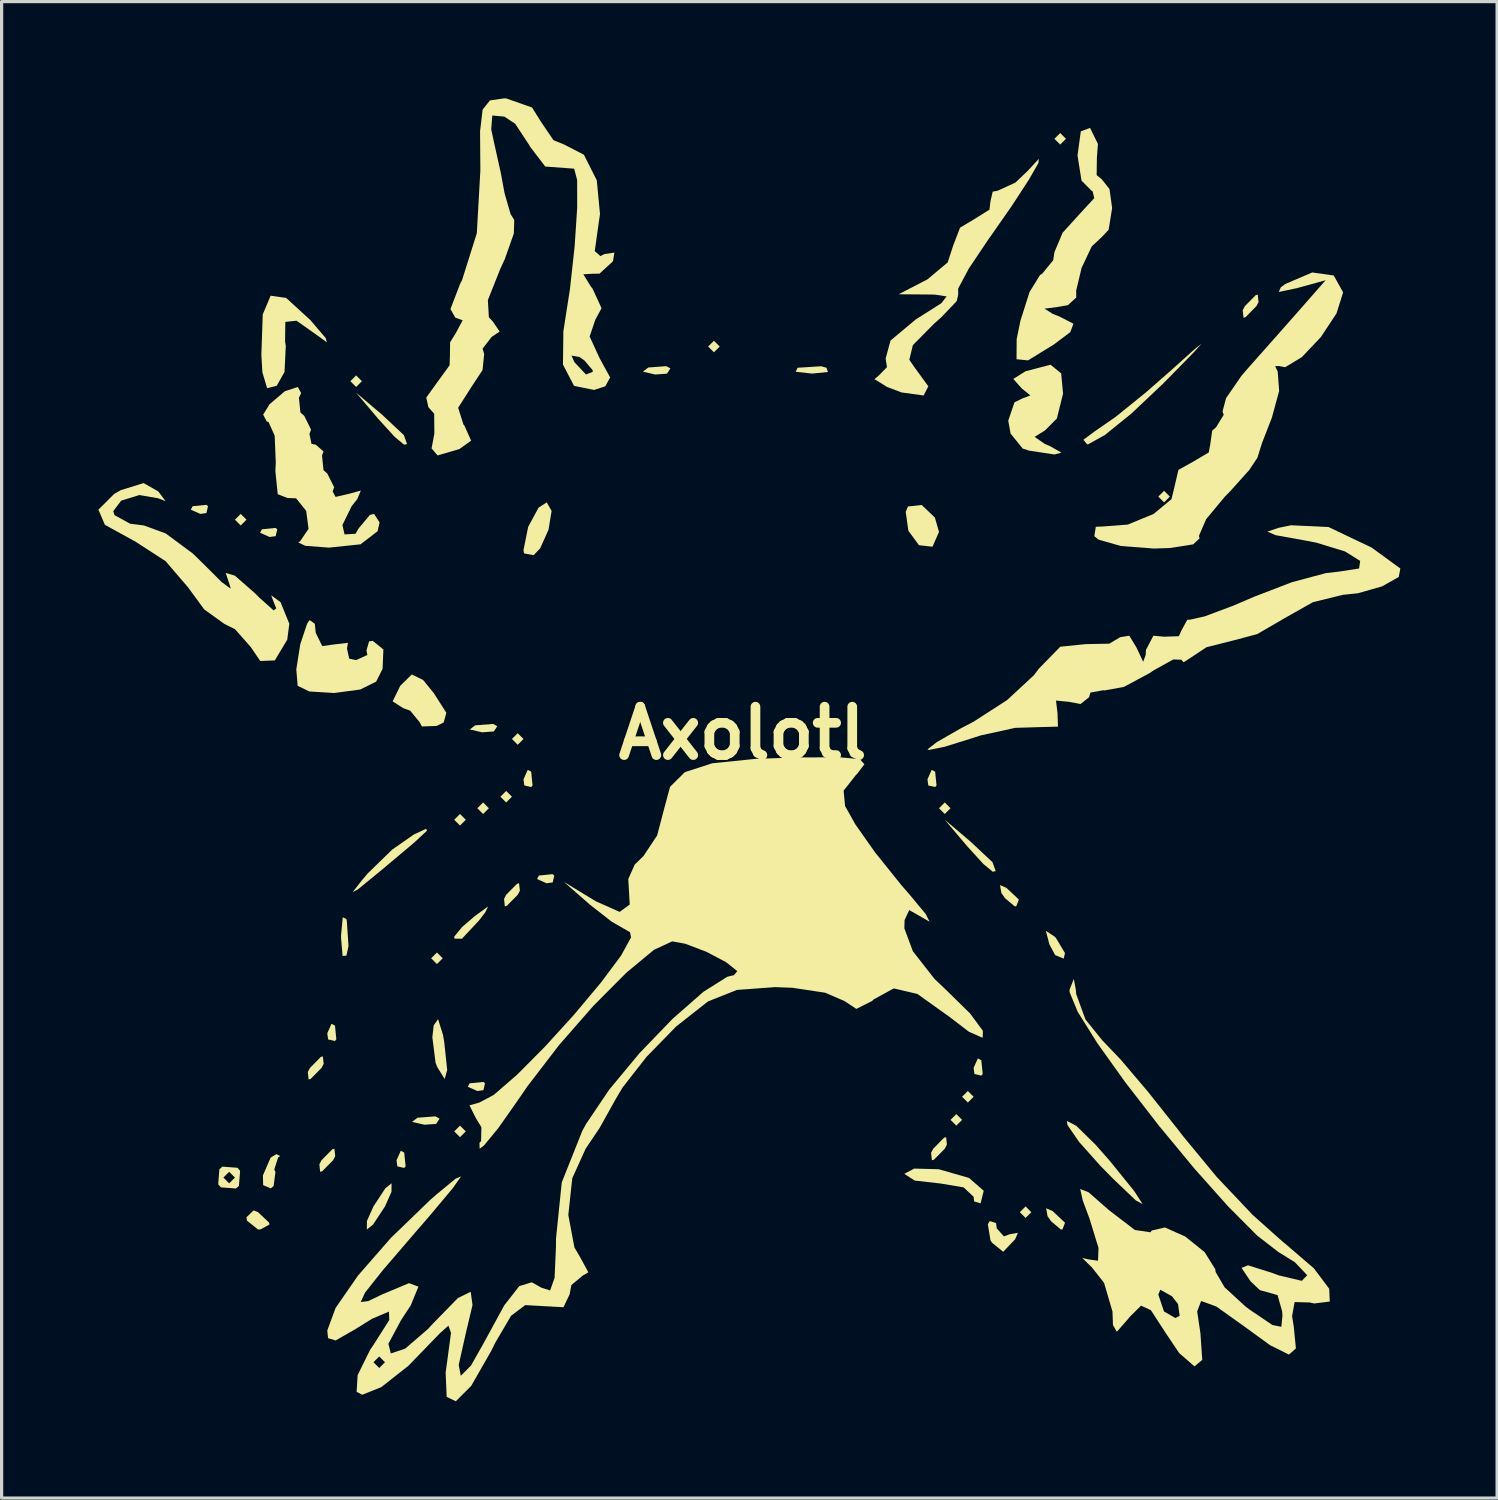
<source format=kicad_pcb>
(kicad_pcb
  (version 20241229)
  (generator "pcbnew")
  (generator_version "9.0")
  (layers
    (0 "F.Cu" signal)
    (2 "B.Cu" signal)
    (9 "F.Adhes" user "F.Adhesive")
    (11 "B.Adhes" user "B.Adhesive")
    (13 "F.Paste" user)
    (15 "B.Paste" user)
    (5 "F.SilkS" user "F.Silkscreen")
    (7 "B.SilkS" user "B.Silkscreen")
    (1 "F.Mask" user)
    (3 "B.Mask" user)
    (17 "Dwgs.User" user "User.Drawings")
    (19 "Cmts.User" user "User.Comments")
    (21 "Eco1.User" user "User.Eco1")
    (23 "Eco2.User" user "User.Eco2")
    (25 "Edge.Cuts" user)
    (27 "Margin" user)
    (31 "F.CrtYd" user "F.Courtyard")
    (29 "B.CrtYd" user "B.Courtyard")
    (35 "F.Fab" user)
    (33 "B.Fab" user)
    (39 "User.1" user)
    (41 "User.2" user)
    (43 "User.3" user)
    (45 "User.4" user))
  (footprint "Axolotl"
    (layer "F.Cu")
    (at 19.973 19.676)
    (property "Reference" "Axolotl" (at 0 0 0) (layer "F.SilkS") (effects (font (size 1.5 1.5) (thickness 0.3))))
    (attr board_only exclude_from_pos_files exclude_from_bom)
    (fp_poly (pts (xy -15.383 -6.618) (xy -15.562 -6.439) (xy -15.741 -6.618) (xy -15.562 -6.797)) (stroke (width 0) (type solid)) (fill yes) (layer "F.SilkS"))
    (fp_poly (pts (xy -11.806 -10.911) (xy -11.985 -10.732) (xy -12.163 -10.911) (xy -11.985 -11.09)) (stroke (width 0) (type solid)) (fill yes) (layer "F.SilkS"))
    (fp_poly (pts (xy -9.301 6.976) (xy -9.48 7.155) (xy -9.659 6.976) (xy -9.48 6.797)) (stroke (width 0) (type solid)) (fill yes) (layer "F.SilkS"))
    (fp_poly (pts (xy -8.586 2.683) (xy -8.765 2.862) (xy -8.944 2.683) (xy -8.765 2.504)) (stroke (width 0) (type solid)) (fill yes) (layer "F.SilkS"))
    (fp_poly (pts (xy -8.586 12.342) (xy -8.765 12.521) (xy -8.944 12.342) (xy -8.765 12.163)) (stroke (width 0) (type solid)) (fill yes) (layer "F.SilkS"))
    (fp_poly (pts (xy -7.87 2.325) (xy -8.049 2.504) (xy -8.228 2.325) (xy -8.049 2.146)) (stroke (width 0) (type solid)) (fill yes) (layer "F.SilkS"))
    (fp_poly (pts (xy -7.155 1.968) (xy -7.334 2.146) (xy -7.513 1.968) (xy -7.334 1.789)) (stroke (width 0) (type solid)) (fill yes) (layer "F.SilkS"))
    (fp_poly (pts (xy -6.797 0.179) (xy -6.976 0.358) (xy -7.155 0.179) (xy -6.976 0)) (stroke (width 0) (type solid)) (fill yes) (layer "F.SilkS"))
    (fp_poly (pts (xy -0.715 -11.985) (xy -0.894 -11.806) (xy -1.073 -11.985) (xy -0.894 -12.163)) (stroke (width 0) (type solid)) (fill yes) (layer "F.SilkS"))
    (fp_poly (pts (xy 6.439 2.325) (xy 6.261 2.504) (xy 6.082 2.325) (xy 6.261 2.146)) (stroke (width 0) (type solid)) (fill yes) (layer "F.SilkS"))
    (fp_poly (pts (xy 6.797 11.985) (xy 6.618 12.163) (xy 6.439 11.985) (xy 6.618 11.806)) (stroke (width 0) (type solid)) (fill yes) (layer "F.SilkS"))
    (fp_poly (pts (xy 7.155 11.269) (xy 6.976 11.448) (xy 6.797 11.269) (xy 6.976 11.09)) (stroke (width 0) (type solid)) (fill yes) (layer "F.SilkS"))
    (fp_poly (pts (xy 8.944 14.846) (xy 8.765 15.025) (xy 8.586 14.846) (xy 8.765 14.668)) (stroke (width 0) (type solid)) (fill yes) (layer "F.SilkS"))
    (fp_poly (pts (xy 10.017 -18.424) (xy 9.838 -18.245) (xy 9.659 -18.424) (xy 9.838 -18.603)) (stroke (width 0) (type solid)) (fill yes) (layer "F.SilkS"))
    (fp_poly (pts (xy 13.237 -7.334) (xy 13.058 -7.155) (xy 12.879 -7.334) (xy 13.058 -7.513)) (stroke (width 0) (type solid)) (fill yes) (layer "F.SilkS"))
    (fp_poly (pts (xy -16.576 -7.036) (xy -16.625 -6.823) (xy -16.814 -6.797) (xy -17.109 -6.928) (xy -17.053 -7.036) (xy -16.628 -7.078)) (stroke (width 0) (type solid)) (fill yes) (layer "F.SilkS"))
    (fp_poly (pts (xy -14.429 -6.32) (xy -14.478 -6.108) (xy -14.668 -6.082) (xy -14.962 -6.213) (xy -14.906 -6.32) (xy -14.482 -6.363)) (stroke (width 0) (type solid)) (fill yes) (layer "F.SilkS"))
    (fp_poly (pts (xy -12.64 9.063) (xy -12.598 9.487) (xy -12.64 9.54) (xy -12.853 9.491) (xy -12.879 9.301) (xy -12.748 9.007)) (stroke (width 0) (type solid)) (fill yes) (layer "F.SilkS"))
    (fp_poly (pts (xy -10.494 12.998) (xy -10.451 13.423) (xy -10.494 13.475) (xy -10.707 13.426) (xy -10.732 13.237) (xy -10.601 12.942)) (stroke (width 0) (type solid)) (fill yes) (layer "F.SilkS"))
    (fp_poly (pts (xy -9.398 11.947) (xy -9.505 12.11) (xy -9.868 12.135) (xy -10.25 12.048) (xy -10.084 11.919) (xy -9.525 11.876)) (stroke (width 0) (type solid)) (fill yes) (layer "F.SilkS"))
    (fp_poly (pts (xy -7.99 10.852) (xy -8.039 11.064) (xy -8.228 11.09) (xy -8.523 10.959) (xy -8.467 10.852) (xy -8.042 10.809)) (stroke (width 0) (type solid)) (fill yes) (layer "F.SilkS"))
    (fp_poly (pts (xy -7.61 -0.216) (xy -7.716 -0.054) (xy -8.079 -0.028) (xy -8.461 -0.116) (xy -8.295 -0.244) (xy -7.736 -0.287)) (stroke (width 0) (type solid)) (fill yes) (layer "F.SilkS"))
    (fp_poly (pts (xy -6.559 1.192) (xy -6.516 1.617) (xy -6.559 1.669) (xy -6.771 1.62) (xy -6.797 1.431) (xy -6.666 1.137)) (stroke (width 0) (type solid)) (fill yes) (layer "F.SilkS"))
    (fp_poly (pts (xy -5.843 4.412) (xy -5.892 4.625) (xy -6.082 4.651) (xy -6.376 4.52) (xy -6.32 4.412) (xy -5.896 4.369)) (stroke (width 0) (type solid)) (fill yes) (layer "F.SilkS"))
    (fp_poly (pts (xy -2.243 -11.306) (xy -2.35 -11.144) (xy -2.713 -11.118) (xy -3.095 -11.206) (xy -2.929 -11.335) (xy -2.37 -11.377)) (stroke (width 0) (type solid)) (fill yes) (layer "F.SilkS"))
    (fp_poly (pts (xy 2.594 -11.327) (xy 2.639 -11.196) (xy 2.146 -11.147) (xy 1.639 -11.203) (xy 1.699 -11.327) (xy 2.432 -11.374)) (stroke (width 0) (type solid)) (fill yes) (layer "F.SilkS"))
    (fp_poly (pts (xy 5.962 1.192) (xy 6.005 1.617) (xy 5.962 1.669) (xy 5.75 1.62) (xy 5.724 1.431) (xy 5.855 1.137)) (stroke (width 0) (type solid)) (fill yes) (layer "F.SilkS"))
    (fp_poly (pts (xy 7.393 10.136) (xy 7.436 10.561) (xy 7.393 10.613) (xy 7.181 10.564) (xy 7.155 10.375) (xy 7.286 10.08)) (stroke (width 0) (type solid)) (fill yes) (layer "F.SilkS"))
    (fp_poly (pts (xy -11.18 -9.872) (xy -10.504 -9.238) (xy -10.406 -8.961) (xy -10.498 -8.944) (xy -10.79 -9.185) (xy -11.303 -9.749) (xy -11.985 -10.554)) (stroke (width 0) (type solid)) (fill yes) (layer "F.SilkS"))
    (fp_poly (pts (xy 7.065 3.365) (xy 7.741 3.999) (xy 7.839 4.275) (xy 7.747 4.293) (xy 7.455 4.052) (xy 6.942 3.488) (xy 6.261 2.683)) (stroke (width 0) (type solid)) (fill yes) (layer "F.SilkS"))
    (fp_poly (pts (xy 8.173 4.795) (xy 8.557 5.156) (xy 8.478 5.363) (xy 8.428 5.366) (xy 8.126 5.112) (xy 8.015 4.953) (xy 7.973 4.708)) (stroke (width 0) (type solid)) (fill yes) (layer "F.SilkS"))
    (fp_poly (pts (xy 9.604 14.812) (xy 9.988 15.173) (xy 9.909 15.38) (xy 9.859 15.383) (xy 9.557 15.129) (xy 9.446 14.97) (xy 9.404 14.725)) (stroke (width 0) (type solid)) (fill yes) (layer "F.SilkS"))
    (fp_poly (pts (xy 9.656 6.298) (xy 9.704 6.344) (xy 9.986 6.813) (xy 9.948 6.986) (xy 9.682 6.878) (xy 9.503 6.544) (xy 9.394 6.126)) (stroke (width 0) (type solid)) (fill yes) (layer "F.SilkS"))
    (fp_poly (pts (xy -15.025 14.846) (xy -14.684 15.168) (xy -14.668 15.225) (xy -14.944 15.379) (xy -15.025 15.383) (xy -15.369 15.108) (xy -15.383 15.004) (xy -15.164 14.791)) (stroke (width 0) (type solid)) (fill yes) (layer "F.SilkS"))
    (fp_poly (pts (xy -12.991 10.248) (xy -13.058 10.375) (xy -13.395 10.716) (xy -13.458 10.732) (xy -13.482 10.501) (xy -13.415 10.375) (xy -13.078 10.033) (xy -13.016 10.017)) (stroke (width 0) (type solid)) (fill yes) (layer "F.SilkS"))
    (fp_poly (pts (xy -12.633 13.11) (xy -12.7 13.237) (xy -13.037 13.578) (xy -13.1 13.594) (xy -13.124 13.363) (xy -13.058 13.237) (xy -12.721 12.895) (xy -12.658 12.879)) (stroke (width 0) (type solid)) (fill yes) (layer "F.SilkS"))
    (fp_poly (pts (xy -12.291 5.759) (xy -12.273 5.82) (xy -12.221 6.599) (xy -12.286 6.893) (xy -12.404 6.905) (xy -12.452 6.345) (xy -12.451 6.261) (xy -12.4 5.706)) (stroke (width 0) (type solid)) (fill yes) (layer "F.SilkS"))
    (fp_poly (pts (xy -10.889 14.215) (xy -11.09 14.668) (xy -11.46 15.23) (xy -11.652 15.383) (xy -11.65 15.12) (xy -11.448 14.668) (xy -11.078 14.105) (xy -10.886 13.952)) (stroke (width 0) (type solid)) (fill yes) (layer "F.SilkS"))
    (fp_poly (pts (xy -7.983 5.554) (xy -8.183 5.813) (xy -8.705 6.37) (xy -8.938 6.367) (xy -8.944 6.304) (xy -8.699 6.006) (xy -8.318 5.678) (xy -7.894 5.369)) (stroke (width 0) (type solid)) (fill yes) (layer "F.SilkS"))
    (fp_poly (pts (xy -6.909 4.882) (xy -6.976 5.008) (xy -7.313 5.35) (xy -7.376 5.366) (xy -7.4 5.135) (xy -7.334 5.008) (xy -6.997 4.667) (xy -6.934 4.651)) (stroke (width 0) (type solid)) (fill yes) (layer "F.SilkS"))
    (fp_poly (pts (xy 5.954 -6.685) (xy 6.082 -6.239) (xy 5.88 -5.78) (xy 5.461 -5.827) (xy 5.132 -6.276) (xy 5.05 -6.862) (xy 5.119 -7.027) (xy 5.545 -7.074)) (stroke (width 0) (type solid)) (fill yes) (layer "F.SilkS"))
    (fp_poly (pts (xy 6.327 12.752) (xy 6.261 12.879) (xy 5.923 13.221) (xy 5.861 13.237) (xy 5.836 13.006) (xy 5.903 12.879) (xy 6.24 12.537) (xy 6.303 12.521)) (stroke (width 0) (type solid)) (fill yes) (layer "F.SilkS"))
    (fp_poly (pts (xy 15.986 -13.363) (xy 15.92 -13.237) (xy 15.583 -12.895) (xy 15.52 -12.879) (xy 15.495 -13.11) (xy 15.562 -13.237) (xy 15.899 -13.578) (xy 15.962 -13.594)) (stroke (width 0) (type solid)) (fill yes) (layer "F.SilkS"))
    (fp_poly (pts (xy -9.291 9.354) (xy -9.254 9.57) (xy -9.162 10.441) (xy -9.24 10.718) (xy -9.469 10.35) (xy -9.522 10.217) (xy -9.622 9.426) (xy -9.58 9.054) (xy -9.445 8.864)) (stroke (width 0) (type solid)) (fill yes) (layer "F.SilkS"))
    (fp_poly (pts (xy -5.926 -6.89) (xy -6.021 -6.307) (xy -6.281 -5.729) (xy -6.483 -5.518) (xy -6.781 -5.573) (xy -6.797 -5.674) (xy -6.652 -6.397) (xy -6.328 -6.994) (xy -6.077 -7.155)) (stroke (width 0) (type solid)) (fill yes) (layer "F.SilkS"))
    (fp_poly (pts (xy -14.338 13.107) (xy -14.402 13.148) (xy -14.522 13.524) (xy -14.485 13.6) (xy -14.542 14.035) (xy -14.63 14.108) (xy -14.867 14.008) (xy -14.873 13.705) (xy -14.635 13.156) (xy -14.457 13.047)) (stroke (width 0) (type solid)) (fill yes) (layer "F.SilkS"))
    (fp_poly (pts (xy -9.789 3.023) (xy -10.187 3.392) (xy -11.07 4.135) (xy -11.266 4.298) (xy -11.928 4.84) (xy -12.094 4.928) (xy -11.816 4.572) (xy -11.628 4.349) (xy -10.866 3.607) (xy -10.2 3.143) (xy -9.813 2.962)) (stroke (width 0) (type solid)) (fill yes) (layer "F.SilkS"))
    (fp_poly (pts (xy 7.852 15.185) (xy 7.87 15.345) (xy 8.093 15.596) (xy 8.283 15.528) (xy 8.528 15.486) (xy 8.441 15.686) (xy 8.072 16.074) (xy 7.724 15.792) (xy 7.677 15.717) (xy 7.596 15.219) (xy 7.656 15.121)) (stroke (width 0) (type solid)) (fill yes) (layer "F.SilkS"))
    (fp_poly (pts (xy 10.341 12.173) (xy 10.928 12.748) (xy 11.382 13.263) (xy 12.132 14.191) (xy 12.394 14.598) (xy 12.18 14.479) (xy 11.497 13.829) (xy 11.095 13.421) (xy 10.426 12.671) (xy 10.064 12.146) (xy 10.045 12.016)) (stroke (width 0) (type solid)) (fill yes) (layer "F.SilkS"))
    (fp_poly (pts (xy -9.91 -1.651) (xy -9.575 -1.239) (xy -9.188 -0.633) (xy -9.271 -0.333) (xy -9.49 -0.225) (xy -9.945 -0.209) (xy -10.017 -0.343) (xy -10.307 -0.697) (xy -10.53 -0.779) (xy -10.853 -0.987) (xy -10.617 -1.469) (xy -10.615 -1.472) (xy -10.26 -1.82)) (stroke (width 0) (type solid)) (fill yes) (layer "F.SilkS"))
    (fp_poly (pts (xy 6.053 13.514) (xy 6.086 13.519) (xy 7.011 13.784) (xy 7.468 14.183) (xy 7.37 14.572) (xy 7.171 14.513) (xy 7.155 14.369) (xy 6.844 14.077) (xy 6.096 13.952) (xy 6.082 13.952) (xy 5.328 13.866) (xy 5.009 13.66) (xy 5.008 13.656) (xy 5.314 13.495)) (stroke (width 0) (type solid)) (fill yes) (layer "F.SilkS"))
    (fp_poly (pts (xy 13.983 -11.81) (xy 13.247 -11.058) (xy 13.013 -10.822) (xy 12.046 -9.908) (xy 11.223 -9.243) (xy 10.707 -8.957) (xy 10.674 -8.955) (xy 10.557 -9.095) (xy 10.911 -9.358) (xy 11.56 -9.807) (xy 12.494 -10.563) (xy 13.25 -11.225) (xy 13.975 -11.877) (xy 14.223 -12.078)) (stroke (width 0) (type solid)) (fill yes) (layer "F.SilkS"))
    (fp_poly (pts (xy -15.661 13.47) (xy -15.581 13.564) (xy -15.617 14.032) (xy -15.71 14.112) (xy -16.178 14.076) (xy -16.259 13.983) (xy -16.243 13.773) (xy -16.099 13.773) (xy -15.92 13.952) (xy -15.741 13.773) (xy -15.92 13.594) (xy -16.099 13.773) (xy -16.243 13.773) (xy -16.223 13.515) (xy -16.129 13.434)) (stroke (width 0) (type solid)) (fill yes) (layer "F.SilkS"))
    (fp_poly (pts (xy -14.154 -13.492) (xy -13.401 -12.803) (xy -13.398 -12.8) (xy -12.929 -12.248) (xy -12.89 -12.114) (xy -13.086 -12.258) (xy -13.832 -12.786) (xy -14.179 -12.749) (xy -14.187 -12.135) (xy -14.165 -12.005) (xy -14.204 -11.197) (xy -14.446 -10.768) (xy -14.744 -10.695) (xy -14.89 -11.185) (xy -14.922 -11.731) (xy -14.879 -12.981) (xy -14.635 -13.56)) (stroke (width 0) (type solid)) (fill yes) (layer "F.SilkS"))
    (fp_poly (pts (xy 9.868 -11.154) (xy 9.927 -10.525) (xy 9.735 -9.754) (xy 9.372 -9.389) (xy 9.046 -9.184) (xy 9.366 -8.963) (xy 9.506 -8.906) (xy 9.878 -8.697) (xy 9.659 -8.639) (xy 8.865 -8.76) (xy 8.675 -8.823) (xy 8.3 -9.288) (xy 8.228 -9.689) (xy 8.422 -10.256) (xy 8.675 -10.38) (xy 8.914 -10.469) (xy 8.645 -10.688) (xy 8.385 -10.981) (xy 8.764 -11.219) (xy 9.538 -11.422)) (stroke (width 0) (type solid)) (fill yes) (layer "F.SilkS"))
    (fp_poly (pts (xy -13.265 -3.391) (xy -13.237 -3.112) (xy -13.035 -2.701) (xy -12.641 -2.755) (xy -12.239 -2.801) (xy -12.268 -2.625) (xy -12.198 -2.309) (xy -11.985 -2.266) (xy -11.636 -2.425) (xy -11.664 -2.564) (xy -11.584 -2.845) (xy -11.469 -2.862) (xy -11.139 -2.595) (xy -11.165 -1.995) (xy -11.364 -1.598) (xy -11.857 -1.354) (xy -12.665 -1.246) (xy -13.436 -1.294) (xy -13.797 -1.469) (xy -13.839 -1.979) (xy -13.716 -2.758) (xy -13.503 -3.397) (xy -13.427 -3.507)) (stroke (width 0) (type solid)) (fill yes) (layer "F.SilkS"))
    (fp_poly (pts (xy 11.008 -18.263) (xy 10.976 -17.847) (xy 10.968 -17.298) (xy 11.124 -17.172) (xy 11.367 -16.865) (xy 11.448 -16.277) (xy 11.34 -15.605) (xy 11.132 -15.383) (xy 10.815 -15.087) (xy 10.501 -14.421) (xy 10.333 -13.715) (xy 10.336 -13.505) (xy 10.075 -13.266) (xy 9.749 -13.211) (xy 9.351 -13.159) (xy 9.607 -12.998) (xy 9.81 -12.917) (xy 10.247 -12.693) (xy 10.153 -12.433) (xy 9.641 -12.048) (xy 8.841 -11.556) (xy 8.485 -11.591) (xy 8.489 -12.212) (xy 8.605 -12.783) (xy 8.889 -13.676) (xy 9.214 -14.203) (xy 9.282 -14.244) (xy 9.621 -14.66) (xy 9.659 -14.908) (xy 9.914 -15.514) (xy 10.464 -16.119) (xy 10.895 -16.586) (xy 10.842 -16.801) (xy 10.822 -16.802) (xy 10.499 -17.128) (xy 10.375 -17.908) (xy 10.477 -18.655) (xy 10.764 -18.762)) (stroke (width 0) (type solid)) (fill yes) (layer "F.SilkS"))
    (fp_poly (pts (xy -18.117 -7.493) (xy -17.89 -7.192) (xy -18.123 -7.282) (xy -18.703 -7.382) (xy -19.267 -7.209) (xy -19.513 -6.881) (xy -19.474 -6.76) (xy -18.992 -6.494) (xy -18.562 -6.439) (xy -17.888 -6.192) (xy -17.047 -5.57) (xy -16.747 -5.277) (xy -16.153 -4.685) (xy -15.874 -4.479) (xy -15.893 -4.561) (xy -16.026 -4.967) (xy -15.743 -4.883) (xy -15.117 -4.336) (xy -14.987 -4.204) (xy -14.541 -3.806) (xy -14.458 -3.872) (xy -14.489 -3.935) (xy -14.618 -4.274) (xy -14.327 -4.061) (xy -14.056 -3.393) (xy -14.12 -2.898) (xy -14.505 -2.256) (xy -14.957 -2.239) (xy -15.249 -2.669) (xy -15.738 -3.223) (xy -16.074 -3.391) (xy -16.692 -3.836) (xy -17.204 -4.533) (xy -17.891 -5.333) (xy -18.848 -5.953) (xy -18.871 -5.963) (xy -19.772 -6.459) (xy -19.973 -6.929) (xy -19.485 -7.416) (xy -19.28 -7.533) (xy -18.572 -7.753)) (stroke (width 0) (type solid)) (fill yes) (layer "F.SilkS"))
    (fp_poly (pts (xy 9.164 -17.673) (xy 8.864 -17.151) (xy 8.332 -16.335) (xy 7.627 -15.325) (xy 7.604 -15.294) (xy 7.002 -14.395) (xy 6.675 -13.779) (xy 6.677 -13.594) (xy 6.632 -13.394) (xy 6.155 -12.894) (xy 5.928 -12.692) (xy 5.271 -12.027) (xy 5.162 -11.575) (xy 5.302 -11.369) (xy 5.751 -10.752) (xy 5.605 -10.468) (xy 4.922 -10.562) (xy 4.472 -10.732) (xy 4.081 -10.975) (xy 4.192 -11.065) (xy 4.469 -11.346) (xy 4.428 -11.612) (xy 4.579 -12.171) (xy 5.364 -12.827) (xy 5.423 -12.863) (xy 6.157 -13.33) (xy 6.318 -13.539) (xy 5.948 -13.595) (xy 5.724 -13.598) (xy 4.83 -13.605) (xy 5.724 -14.067) (xy 6.351 -14.592) (xy 6.519 -15.108) (xy 6.734 -15.669) (xy 7.151 -15.918) (xy 7.646 -16.228) (xy 7.676 -16.482) (xy 7.746 -16.786) (xy 7.899 -16.814) (xy 8.449 -17.066) (xy 8.841 -17.44) (xy 9.175 -17.803)) (stroke (width 0) (type solid)) (fill yes) (layer "F.SilkS"))
    (fp_poly (pts (xy -13.689 -10.54) (xy -13.758 -10.399) (xy -13.712 -9.941) (xy -13.594 -9.838) (xy -13.382 -9.41) (xy -13.431 -9.277) (xy -13.368 -8.967) (xy -13.237 -8.944) (xy -12.995 -8.732) (xy -13.042 -8.611) (xy -12.996 -8.152) (xy -12.879 -8.049) (xy -12.665 -7.623) (xy -12.713 -7.492) (xy -12.621 -7.324) (xy -12.271 -7.405) (xy -11.839 -7.52) (xy -11.949 -7.257) (xy -12.125 -7.034) (xy -12.41 -6.452) (xy -12.344 -6.162) (xy -12.003 -6.182) (xy -11.906 -6.35) (xy -11.558 -6.765) (xy -11.429 -6.797) (xy -11.258 -6.534) (xy -11.319 -6.261) (xy -11.848 -5.855) (xy -12.828 -5.752) (xy -13.56 -5.808) (xy -13.778 -5.913) (xy -13.722 -5.948) (xy -13.459 -6.335) (xy -13.533 -6.892) (xy -13.846 -7.281) (xy -14.113 -7.291) (xy -14.415 -7.408) (xy -14.488 -8.129) (xy -14.475 -8.389) (xy -14.509 -9.222) (xy -14.7 -9.646) (xy -14.752 -9.659) (xy -14.867 -9.873) (xy -14.668 -10.196) (xy -14.194 -10.6) (xy -13.792 -10.731)) (stroke (width 0) (type solid)) (fill yes) (layer "F.SilkS"))
    (fp_poly (pts (xy 18.317 -14.187) (xy 18.602 -13.674) (xy 18.603 -13.647) (xy 18.402 -13.01) (xy 17.919 -12.28) (xy 17.329 -11.657) (xy 16.81 -11.344) (xy 16.615 -11.381) (xy 16.5 -11.378) (xy 16.58 -11.21) (xy 16.625 -10.608) (xy 16.399 -9.779) (xy 16.093 -8.992) (xy 15.95 -8.537) (xy 15.7 -8.16) (xy 15.118 -7.511) (xy 14.942 -7.331) (xy 14.362 -6.634) (xy 14.139 -6.117) (xy 14.158 -6.038) (xy 13.96 -5.853) (xy 13.239 -5.74) (xy 12.742 -5.724) (xy 11.721 -5.802) (xy 11.026 -5.999) (xy 10.896 -6.106) (xy 10.942 -6.398) (xy 11.144 -6.406) (xy 11.935 -6.467) (xy 12.733 -6.796) (xy 13.288 -7.255) (xy 13.383 -7.648) (xy 13.503 -8.162) (xy 13.931 -8.4) (xy 14.443 -8.702) (xy 14.488 -8.945) (xy 14.55 -9.38) (xy 14.668 -9.48) (xy 14.906 -9.868) (xy 14.871 -9.976) (xy 14.98 -10.386) (xy 15.455 -11.076) (xy 15.641 -11.293) (xy 16.482 -12.241) (xy 17.268 -13.131) (xy 17.321 -13.192) (xy 18.066 -14.041) (xy 17.172 -13.794) (xy 16.613 -13.676) (xy 16.676 -13.821) (xy 16.814 -13.923) (xy 17.65 -14.281)) (stroke (width 0) (type solid)) (fill yes) (layer "F.SilkS"))
    (fp_poly (pts (xy 18.156 -6.39) (xy 19.493 -5.753) (xy 20.381 -5.105) (xy 20.332 -4.843) (xy 19.815 -4.551) (xy 19.064 -4.337) (xy 18.603 -4.29) (xy 17.672 -4.061) (xy 16.814 -3.577) (xy 15.946 -3.072) (xy 15.186 -2.87) (xy 14.37 -2.664) (xy 14.024 -2.433) (xy 13.663 -2.198) (xy 13.594 -2.278) (xy 13.344 -2.286) (xy 12.729 -1.945) (xy 12.611 -1.864) (xy 11.813 -1.435) (xy 11.208 -1.325) (xy 11.18 -1.333) (xy 10.776 -1.26) (xy 10.732 -1.114) (xy 10.467 -0.904) (xy 10.134 -0.968) (xy 9.708 -1.012) (xy 9.755 -0.623) (xy 9.769 -0.204) (xy 9.246 -0.19) (xy 8.445 -0.166) (xy 7.377 0.068) (xy 7.12 0.151) (xy 6.259 0.42) (xy 5.768 0.519) (xy 5.724 0.502) (xy 6.011 0.278) (xy 6.737 -0.139) (xy 7.15 -0.355) (xy 8.19 -1.025) (xy 9.024 -1.798) (xy 9.178 -2.002) (xy 9.84 -2.68) (xy 10.623 -2.761) (xy 11.36 -2.775) (xy 11.697 -2.976) (xy 11.981 -3.022) (xy 12.2 -2.659) (xy 12.411 -2.214) (xy 12.488 -2.427) (xy 12.496 -2.582) (xy 12.727 -3.022) (xy 13.058 -2.991) (xy 13.517 -3.007) (xy 13.594 -3.181) (xy 13.778 -3.517) (xy 13.863 -3.519) (xy 14.316 -3.621) (xy 15.188 -3.947) (xy 15.86 -4.234) (xy 17.03 -4.684) (xy 18.076 -4.963) (xy 18.475 -5.008) (xy 19.102 -5.105) (xy 19.137 -5.34) (xy 18.666 -5.634) (xy 17.778 -5.906) (xy 17.42 -5.975) (xy 16.514 -6.138) (xy 16.26 -6.248) (xy 16.603 -6.364) (xy 16.993 -6.445)) (stroke (width 0) (type solid)) (fill yes) (layer "F.SilkS"))
    (fp_poly (pts (xy -6.532 -19.394) (xy -6.261 -18.961) (xy -5.868 -18.381) (xy -5.534 -18.245) (xy -4.925 -17.93) (xy -4.525 -17.136) (xy -4.426 -16.092) (xy -4.486 -15.675) (xy -4.588 -14.944) (xy -4.415 -14.788) (xy -4.285 -14.852) (xy -3.98 -14.896) (xy -4.023 -14.628) (xy -4.441 -14.244) (xy -4.667 -14.241) (xy -4.942 -14.224) (xy -4.708 -13.843) (xy -4.655 -13.778) (xy -4.378 -13.173) (xy -4.571 -12.816) (xy -4.747 -12.295) (xy -4.437 -11.623) (xy -4.111 -11.026) (xy -4.263 -10.752) (xy -4.608 -10.64) (xy -5.23 -10.766) (xy -5.574 -11.426) (xy -5.57 -11.703) (xy -5.309 -11.703) (xy -5.221 -11.503) (xy -4.861 -11.119) (xy -4.654 -11.198) (xy -4.651 -11.248) (xy -4.905 -11.55) (xy -5.064 -11.661) (xy -5.309 -11.703) (xy -5.57 -11.703) (xy -5.561 -12.46) (xy -5.358 -13.76) (xy -5.211 -15.096) (xy -5.133 -16.286) (xy -5.134 -17.147) (xy -5.227 -17.499) (xy -5.24 -17.499) (xy -6.123 -17.564) (xy -6.6 -18.189) (xy -6.608 -18.212) (xy -7.054 -18.889) (xy -7.39 -19.112) (xy -7.765 -19.146) (xy -7.797 -18.718) (xy -7.717 -18.34) (xy -7.502 -17.374) (xy -7.383 -16.732) (xy -7.196 -16.087) (xy -7.083 -15.908) (xy -7.096 -15.49) (xy -7.377 -14.693) (xy -7.521 -14.381) (xy -7.901 -13.425) (xy -7.871 -12.892) (xy -7.749 -12.763) (xy -7.536 -12.449) (xy -7.783 -12.284) (xy -8.065 -11.92) (xy -8.016 -11.753) (xy -8.066 -11.257) (xy -8.421 -10.717) (xy -8.822 -10.088) (xy -8.659 -9.57) (xy -8.626 -9.529) (xy -8.42 -9.068) (xy -8.785 -8.807) (xy -9.461 -8.61) (xy -9.646 -8.828) (xy -9.56 -9.284) (xy -9.565 -9.903) (xy -9.745 -10.105) (xy -9.81 -10.404) (xy -9.486 -10.855) (xy -9.088 -11.403) (xy -9.077 -11.7) (xy -9.072 -12.116) (xy -8.897 -12.399) (xy -8.683 -12.799) (xy -8.909 -12.879) (xy -9.061 -13.147) (xy -8.762 -13.927) (xy -8.702 -14.042) (xy -8.244 -15.497) (xy -8.134 -17.44) (xy -8.143 -18.661) (xy -8.063 -19.33) (xy -7.836 -19.614) (xy -7.402 -19.676) (xy -7.335 -19.676)) (stroke (width 0) (type solid)) (fill yes) (layer "F.SilkS"))
    (fp_poly (pts (xy 10.326 7.973) (xy 10.333 8.083) (xy 10.621 8.873) (xy 11.138 9.514) (xy 11.721 10.125) (xy 12.561 11.116) (xy 13.492 12.289) (xy 13.64 12.482) (xy 14.686 13.749) (xy 15.803 14.93) (xy 16.758 15.782) (xy 16.811 15.822) (xy 17.701 16.586) (xy 18.176 17.218) (xy 18.194 17.616) (xy 17.712 17.676) (xy 17.573 17.645) (xy 17.104 17.632) (xy 17.026 18.067) (xy 17.078 18.394) (xy 17.144 19.07) (xy 16.928 19.26) (xy 16.341 18.967) (xy 15.594 18.424) (xy 14.678 17.77) (xy 14.207 17.598) (xy 14.084 17.922) (xy 14.185 18.603) (xy 14.241 19.423) (xy 14.001 19.626) (xy 13.526 19.213) (xy 13.101 18.58) (xy 12.649 17.883) (xy 12.345 17.743) (xy 12.001 18.083) (xy 11.962 18.133) (xy 11.595 18.551) (xy 11.474 18.347) (xy 11.459 17.927) (xy 11.304 17.398) (xy 12.879 17.398) (xy 13.055 17.923) (xy 13.409 18.127) (xy 13.541 18.06) (xy 13.491 17.693) (xy 13.302 17.452) (xy 12.942 17.25) (xy 12.879 17.398) (xy 11.304 17.398) (xy 11.198 17.036) (xy 10.822 16.559) (xy 10.524 16.265) (xy 10.699 16.307) (xy 11.01 16.351) (xy 11.026 15.954) (xy 10.742 15.032) (xy 10.539 14.489) (xy 10.458 14.127) (xy 10.717 14.229) (xy 11.353 14.786) (xy 12.153 15.398) (xy 12.63 15.469) (xy 12.682 15.412) (xy 13.084 15.32) (xy 13.711 15.599) (xy 14.315 16.084) (xy 14.645 16.614) (xy 14.656 16.7) (xy 14.932 17.172) (xy 15.592 17.779) (xy 15.719 17.872) (xy 16.413 18.342) (xy 16.693 18.399) (xy 16.727 18.051) (xy 16.718 17.921) (xy 16.576 17.418) (xy 16.423 17.372) (xy 16.029 17.263) (xy 15.738 16.989) (xy 15.46 16.573) (xy 15.659 16.492) (xy 16.415 16.731) (xy 16.612 16.805) (xy 17.328 16.974) (xy 17.494 16.8) (xy 17.111 16.396) (xy 16.598 16.078) (xy 15.942 15.57) (xy 15.04 14.664) (xy 13.992 13.488) (xy 12.901 12.169) (xy 11.867 10.835) (xy 10.993 9.613) (xy 10.379 8.632) (xy 10.127 8.019) (xy 10.131 7.944) (xy 10.26 7.616)) (stroke (width 0) (type solid)) (fill yes) (layer "F.SilkS"))
    (fp_poly (pts (xy 3.627 0.804) (xy 3.77 0.962) (xy 3.546 1.258) (xy 3.501 1.303) (xy 3.125 1.781) (xy 3.171 2.257) (xy 3.488 2.824) (xy 4.097 3.689) (xy 4.912 4.705) (xy 5.162 4.993) (xy 5.673 5.608) (xy 5.788 5.842) (xy 5.635 5.754) (xy 5.159 5.482) (xy 5.015 5.792) (xy 5.008 6.049) (xy 5.271 6.757) (xy 5.941 7.614) (xy 6.261 7.918) (xy 7.046 8.687) (xy 7.442 9.225) (xy 7.435 9.442) (xy 7.008 9.253) (xy 6.412 8.797) (xy 5.412 8.082) (xy 4.68 7.91) (xy 4.058 8.25) (xy 4.007 8.3) (xy 3.52 8.545) (xy 3.148 8.3) (xy 2.554 8.044) (xy 1.543 7.891) (xy 1.003 7.87) (xy -0.179 7.957) (xy -1.076 8.312) (xy -2.052 9.08) (xy -2.072 9.097) (xy -2.985 10.033) (xy -3.726 10.982) (xy -3.935 11.333) (xy -4.439 12.237) (xy -4.871 12.879) (xy -5.286 13.797) (xy -5.408 14.934) (xy -5.219 15.938) (xy -5.046 16.233) (xy -4.787 16.71) (xy -4.965 16.814) (xy -5.314 17.106) (xy -5.366 17.389) (xy -5.558 17.792) (xy -6.194 17.757) (xy -6.743 17.726) (xy -7.182 18.057) (xy -7.671 18.89) (xy -7.799 19.149) (xy -8.417 20.229) (xy -8.895 20.707) (xy -9.178 20.571) (xy -9.21 19.812) (xy -9.154 19.408) (xy -9.044 18.586) (xy -9.124 18.363) (xy -9.393 18.603) (xy -10.363 19.606) (xy -11.204 20.269) (xy -11.793 20.504) (xy -11.969 20.416) (xy -11.938 19.898) (xy -11.741 19.497) (xy -11.448 19.497) (xy -11.269 19.676) (xy -11.09 19.497) (xy -11.269 19.318) (xy -11.448 19.497) (xy -11.741 19.497) (xy -11.554 19.118) (xy -11.446 18.958) (xy -10.958 18.19) (xy -10.967 17.927) (xy -11.494 18.151) (xy -11.997 18.465) (xy -12.621 18.822) (xy -12.854 18.751) (xy -12.879 18.514) (xy -12.621 17.814) (xy -11.925 16.809) (xy -10.909 15.645) (xy -9.689 14.467) (xy -9.482 14.286) (xy -8.903 13.809) (xy -8.731 13.736) (xy -8.989 14.103) (xy -9.697 14.948) (xy -10.198 15.527) (xy -11.174 16.665) (xy -11.71 17.342) (xy -11.842 17.631) (xy -11.61 17.602) (xy -11.18 17.396) (xy -10.345 17.046) (xy -10.054 17.154) (xy -10.293 17.737) (xy -10.59 18.189) (xy -10.985 18.925) (xy -10.909 19.225) (xy -10.465 19.076) (xy -9.758 18.467) (xy -9.604 18.3) (xy -8.831 17.508) (xy -8.433 17.313) (xy -8.377 17.725) (xy -8.586 18.603) (xy -8.805 19.581) (xy -8.74 19.918) (xy -8.422 19.596) (xy -8.031 18.904) (xy -7.394 17.735) (xy -6.928 17.138) (xy -6.539 17.019) (xy -6.242 17.187) (xy -5.972 17.272) (xy -5.833 16.88) (xy -5.79 15.902) (xy -5.79 15.671) (xy -5.611 13.923) (xy -4.972 12.32) (xy -4.856 12.11) (xy -4.141 11.049) (xy -3.199 9.914) (xy -2.176 8.853) (xy -1.221 8.016) (xy -0.48 7.549) (xy -0.276 7.5) (xy -0.169 7.375) (xy -0.521 7.095) (xy -1.128 6.775) (xy -1.786 6.525) (xy -2.187 6.452) (xy -2.75 6.712) (xy -3.606 7.421) (xy -4.63 8.45) (xy -5.696 9.668) (xy -6.676 10.946) (xy -6.972 11.377) (xy -7.575 12.236) (xy -8.023 12.78) (xy -8.156 12.879) (xy -8.162 12.699) (xy -8.112 12.643) (xy -8.102 12.213) (xy -8.275 11.928) (xy -8.472 11.535) (xy -8.166 11.448) (xy -7.718 11.211) (xy -7.001 10.59) (xy -6.131 9.715) (xy -5.225 8.719) (xy -4.401 7.735) (xy -3.774 6.895) (xy -3.463 6.329) (xy -3.494 6.169) (xy -4.062 5.842) (xy -4.735 5.317) (xy -5.545 4.608) (xy -4.561 5.207) (xy -3.817 5.539) (xy -3.504 5.31) (xy -3.549 4.521) (xy -3.349 4.07) (xy -3.077 3.806) (xy -2.655 3.17) (xy -2.437 2.34) (xy -2.254 1.661) (xy -1.796 1.207) (xy -0.945 0.932) (xy 0.417 0.793) (xy 1.776 0.751) (xy 3.001 0.746)) (stroke (width 0) (type solid)) (fill yes) (layer "F.SilkS")))
  (gr_rect
    (start -3 -3)
    (end 43.354 43.383)
    (stroke (width 0.1) (type default))
    (fill no)
    (layer "Edge.Cuts")))
</source>
